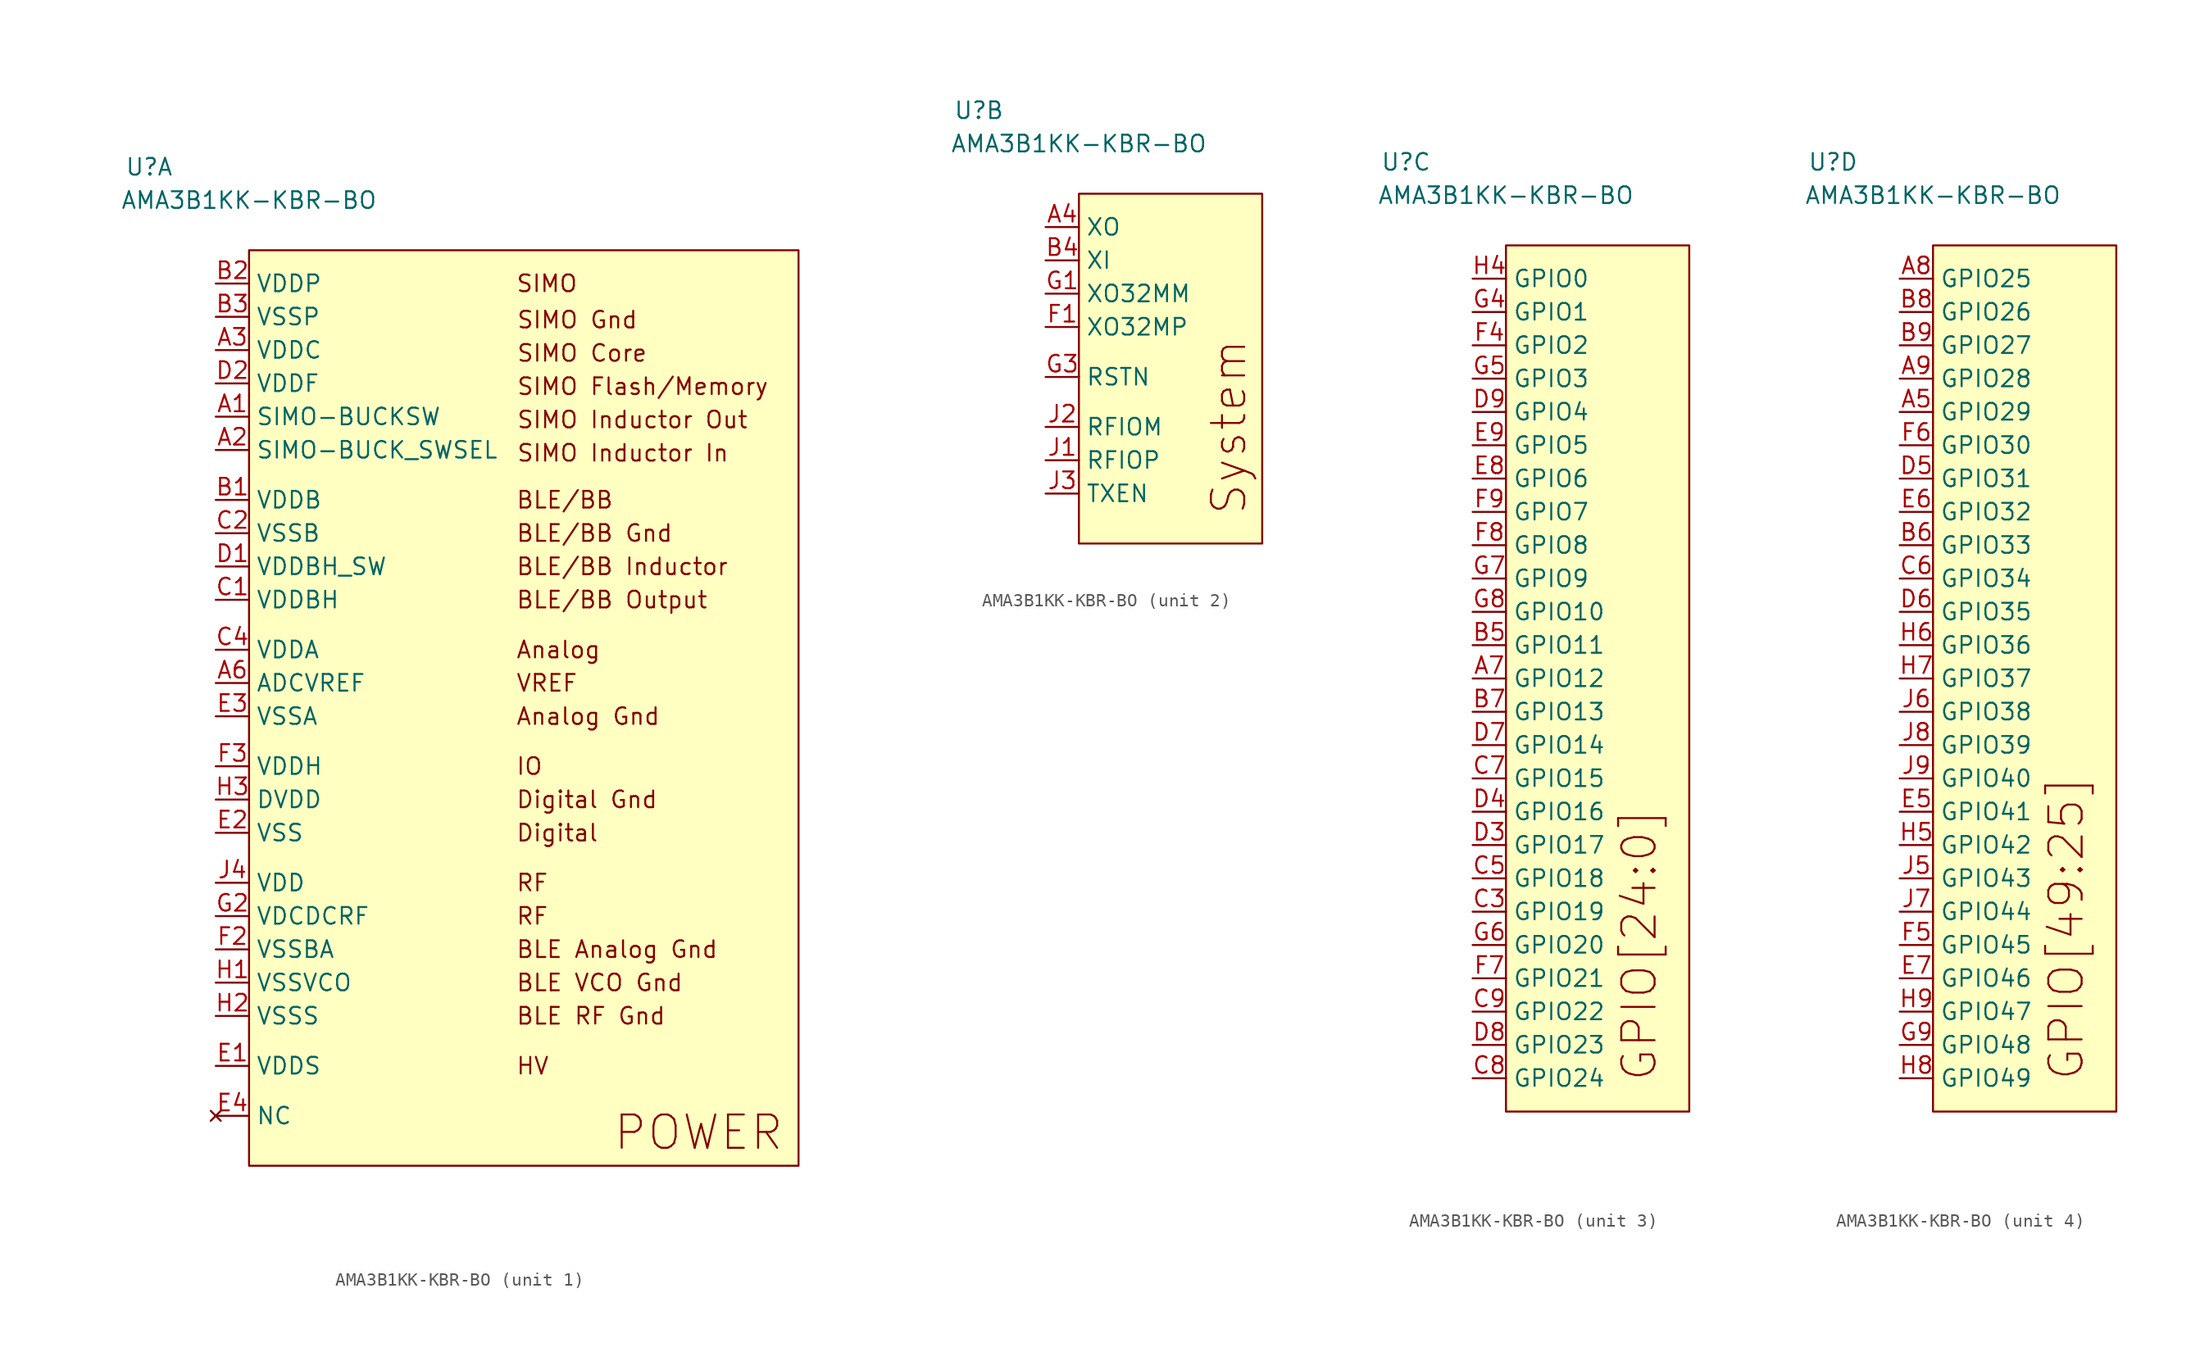
<source format=kicad_sym>
(kicad_symbol_lib
  (version 20220914)
  (generator kicad_symbol_editor)
  (symbol "AMA3B1KK-KBR-BO"
    (property "Reference" "U"
      (at -7.62 6.35 0)
      (effects (font (size 1.27 1.27))))
    (property "Value" "AMA3B1KK-KBR-BO"
      (at 0 3.81 0)
      (effects (font (size 1.27 1.27))))
    (property "ki_locked" ""
      (at 0 0 0)
      (effects (font (size 1.27 1.27))))
    (symbol "AMA3B1KK-KBR-BO_1_1"
      (rectangle (start 0 0) (end 41.91 -69.85) (stroke (width 0) (type default)) (fill (type background)))
      (text "Analog" (at 20.32 -30.48 0) (effects (font (size 1.27 1.27)) (justify left)))
      (text "Analog Gnd" (at 20.32 -35.56 0) (effects (font (size 1.27 1.27)) (justify left)))
      (text "BLE Analog Gnd" (at 20.32 -53.34 0) (effects (font (size 1.27 1.27)) (justify left)))
      (text "BLE RF Gnd" (at 20.32 -58.42 0) (effects (font (size 1.27 1.27)) (justify left)))
      (text "BLE VCO Gnd" (at 20.32 -55.88 0) (effects (font (size 1.27 1.27)) (justify left)))
      (text "BLE/BB" (at 20.32 -19.05 0) (effects (font (size 1.27 1.27)) (justify left)))
      (text "BLE/BB Gnd" (at 20.32 -21.59 0) (effects (font (size 1.27 1.27)) (justify left)))
      (text "BLE/BB Inductor" (at 20.32 -24.13 0) (effects (font (size 1.27 1.27)) (justify left)))
      (text "BLE/BB Output" (at 20.32 -26.67 0) (effects (font (size 1.27 1.27)) (justify left)))
      (text "Digital" (at 20.32 -44.45 0) (effects (font (size 1.27 1.27)) (justify left)))
      (text "Digital Gnd" (at 20.32 -41.91 0) (effects (font (size 1.27 1.27)) (justify left)))
      (text "HV" (at 20.32 -62.23 0) (effects (font (size 1.27 1.27)) (justify left)))
      (text "IO" (at 20.32 -39.37 0) (effects (font (size 1.27 1.27)) (justify left)))
      (text "POWER" (at 34.29 -67.31 0) (effects (font (size 2.54 2.54))))
      (text "RF" (at 20.32 -50.8 0) (effects (font (size 1.27 1.27)) (justify left)))
      (text "RF" (at 20.32 -48.26 0) (effects (font (size 1.27 1.27)) (justify left)))
      (text "SIMO" (at 20.32 -2.54 0) (effects (font (size 1.27 1.27)) (justify left)))
      (text "SIMO Core" (at 20.369 -7.85 0) (effects (font (size 1.27 1.27)) (justify left)))
      (text "SIMO Flash/Memory" (at 20.369 -10.39 0) (effects (font (size 1.27 1.27)) (justify left)))
      (text "SIMO Gnd" (at 20.369 -5.31 0) (effects (font (size 1.27 1.27)) (justify left)))
      (text "SIMO Inductor In" (at 20.369 -15.47 0) (effects (font (size 1.27 1.27)) (justify left)))
      (text "SIMO Inductor Out" (at 20.369 -12.93 0) (effects (font (size 1.27 1.27)) (justify left)))
      (text "VREF" (at 20.32 -33.02 0) (effects (font (size 1.27 1.27)) (justify left)))
      (pin bidirectional line (at -2.54 -12.7 0) (length 2.54) (name "SIMO-BUCKSW" (effects (font (size 1.27 1.27)))) (number "A1" (effects (font (size 1.27 1.27)))))
      (pin bidirectional line (at -2.54 -15.24 0) (length 2.54) (name "SIMO-BUCK_SWSEL" (effects (font (size 1.27 1.27)))) (number "A2" (effects (font (size 1.27 1.27)))))
      (pin power_out line (at -2.54 -7.62 0) (length 2.54) (name "VDDC" (effects (font (size 1.27 1.27)))) (number "A3" (effects (font (size 1.27 1.27)))))
      (pin input line (at -2.54 -33.02 0) (length 2.54) (name "ADCVREF" (effects (font (size 1.27 1.27)))) (number "A6" (effects (font (size 1.27 1.27)))))
      (pin power_in line (at -2.54 -19.05 0) (length 2.54) (name "VDDB" (effects (font (size 1.27 1.27)))) (number "B1" (effects (font (size 1.27 1.27)))))
      (pin power_in line (at -2.54 -2.54 0) (length 2.54) (name "VDDP" (effects (font (size 1.27 1.27)))) (number "B2" (effects (font (size 1.27 1.27)))))
      (pin passive line (at -2.54 -5.08 0) (length 2.54) (name "VSSP" (effects (font (size 1.27 1.27)))) (number "B3" (effects (font (size 1.27 1.27)))))
      (pin power_out line (at -2.54 -26.67 0) (length 2.54) (name "VDDBH" (effects (font (size 1.27 1.27)))) (number "C1" (effects (font (size 1.27 1.27)))))
      (pin passive line (at -2.54 -21.59 0) (length 2.54) (name "VSSB" (effects (font (size 1.27 1.27)))) (number "C2" (effects (font (size 1.27 1.27)))))
      (pin power_in line (at -2.54 -30.48 0) (length 2.54) (name "VDDA" (effects (font (size 1.27 1.27)))) (number "C4" (effects (font (size 1.27 1.27)))))
      (pin bidirectional line (at -2.54 -24.13 0) (length 2.54) (name "VDDBH_SW" (effects (font (size 1.27 1.27)))) (number "D1" (effects (font (size 1.27 1.27)))))
      (pin power_out line (at -2.54 -10.16 0) (length 2.54) (name "VDDF" (effects (font (size 1.27 1.27)))) (number "D2" (effects (font (size 1.27 1.27)))))
      (pin power_in line (at -2.54 -62.23 0) (length 2.54) (name "VDDS" (effects (font (size 1.27 1.27)))) (number "E1" (effects (font (size 1.27 1.27)))))
      (pin passive line (at -2.54 -44.45 0) (length 2.54) (name "VSS" (effects (font (size 1.27 1.27)))) (number "E2" (effects (font (size 1.27 1.27)))))
      (pin passive line (at -2.54 -35.56 0) (length 2.54) (name "VSSA" (effects (font (size 1.27 1.27)))) (number "E3" (effects (font (size 1.27 1.27)))))
      (pin no_connect line (at -2.54 -66.04 0) (length 2.54) (name "NC" (effects (font (size 1.27 1.27)))) (number "E4" (effects (font (size 1.27 1.27)))))
      (pin passive line (at -2.54 -53.34 0) (length 2.54) (name "VSSBA" (effects (font (size 1.27 1.27)))) (number "F2" (effects (font (size 1.27 1.27)))))
      (pin power_in line (at -2.54 -39.37 0) (length 2.54) (name "VDDH" (effects (font (size 1.27 1.27)))) (number "F3" (effects (font (size 1.27 1.27)))))
      (pin power_in line (at -2.54 -50.8 0) (length 2.54) (name "VDCDCRF" (effects (font (size 1.27 1.27)))) (number "G2" (effects (font (size 1.27 1.27)))))
      (pin passive line (at -2.54 -55.88 0) (length 2.54) (name "VSSVCO" (effects (font (size 1.27 1.27)))) (number "H1" (effects (font (size 1.27 1.27)))))
      (pin passive line (at -2.54 -58.42 0) (length 2.54) (name "VSSS" (effects (font (size 1.27 1.27)))) (number "H2" (effects (font (size 1.27 1.27)))))
      (pin passive line (at -2.54 -41.91 0) (length 2.54) (name "DVDD" (effects (font (size 1.27 1.27)))) (number "H3" (effects (font (size 1.27 1.27)))))
      (pin power_in line (at -2.54 -48.26 0) (length 2.54) (name "VDD" (effects (font (size 1.27 1.27)))) (number "J4" (effects (font (size 1.27 1.27))))))
    (symbol "AMA3B1KK-KBR-BO_2_1"
      (rectangle (start 0 0) (end 13.97 -26.67) (stroke (width 0) (type default)) (fill (type background)))
      (text "System" (at 11.43 -17.78 900) (effects (font (size 2.54 2.54))))
      (pin bidirectional line (at -2.54 -2.54 0) (length 2.54) (name "XO" (effects (font (size 1.27 1.27)))) (number "A4" (effects (font (size 1.27 1.27)))))
      (pin bidirectional line (at -2.54 -5.08 0) (length 2.54) (name "XI" (effects (font (size 1.27 1.27)))) (number "B4" (effects (font (size 1.27 1.27)))))
      (pin bidirectional line (at -2.54 -10.16 0) (length 2.54) (name "XO32MP" (effects (font (size 1.27 1.27)))) (number "F1" (effects (font (size 1.27 1.27)))))
      (pin bidirectional line (at -2.54 -7.62 0) (length 2.54) (name "XO32MM" (effects (font (size 1.27 1.27)))) (number "G1" (effects (font (size 1.27 1.27)))))
      (pin input line (at -2.54 -13.97 0) (length 2.54) (name "RSTN" (effects (font (size 1.27 1.27)))) (number "G3" (effects (font (size 1.27 1.27)))))
      (pin bidirectional line (at -2.54 -20.32 0) (length 2.54) (name "RFIOP" (effects (font (size 1.27 1.27)))) (number "J1" (effects (font (size 1.27 1.27)))))
      (pin bidirectional line (at -2.54 -17.78 0) (length 2.54) (name "RFIOM" (effects (font (size 1.27 1.27)))) (number "J2" (effects (font (size 1.27 1.27)))))
      (pin input line (at -2.54 -22.86 0) (length 2.54) (name "TXEN" (effects (font (size 1.27 1.27)))) (number "J3" (effects (font (size 1.27 1.27))))))
    (symbol "AMA3B1KK-KBR-BO_3_1"
      (rectangle (start 0 0) (end 13.97 -66.04) (stroke (width 0) (type default)) (fill (type background)))
      (text "GPIO[24:0]" (at 10.16 -53.34 900) (effects (font (size 2.54 2.54))))
      (pin bidirectional line (at -2.54 -33.02 0) (length 2.54) (name "GPIO12" (effects (font (size 1.27 1.27)))) (number "A7" (effects (font (size 1.27 1.27)))))
      (pin bidirectional line (at -2.54 -30.48 0) (length 2.54) (name "GPIO11" (effects (font (size 1.27 1.27)))) (number "B5" (effects (font (size 1.27 1.27)))))
      (pin bidirectional line (at -2.54 -35.56 0) (length 2.54) (name "GPIO13" (effects (font (size 1.27 1.27)))) (number "B7" (effects (font (size 1.27 1.27)))))
      (pin bidirectional line (at -2.54 -50.8 0) (length 2.54) (name "GPIO19" (effects (font (size 1.27 1.27)))) (number "C3" (effects (font (size 1.27 1.27)))))
      (pin bidirectional line (at -2.54 -48.26 0) (length 2.54) (name "GPIO18" (effects (font (size 1.27 1.27)))) (number "C5" (effects (font (size 1.27 1.27)))))
      (pin bidirectional line (at -2.54 -40.64 0) (length 2.54) (name "GPIO15" (effects (font (size 1.27 1.27)))) (number "C7" (effects (font (size 1.27 1.27)))))
      (pin bidirectional line (at -2.54 -63.5 0) (length 2.54) (name "GPIO24" (effects (font (size 1.27 1.27)))) (number "C8" (effects (font (size 1.27 1.27)))))
      (pin bidirectional line (at -2.54 -58.42 0) (length 2.54) (name "GPIO22" (effects (font (size 1.27 1.27)))) (number "C9" (effects (font (size 1.27 1.27)))))
      (pin bidirectional line (at -2.54 -45.72 0) (length 2.54) (name "GPIO17" (effects (font (size 1.27 1.27)))) (number "D3" (effects (font (size 1.27 1.27)))))
      (pin bidirectional line (at -2.54 -43.18 0) (length 2.54) (name "GPIO16" (effects (font (size 1.27 1.27)))) (number "D4" (effects (font (size 1.27 1.27)))))
      (pin bidirectional line (at -2.54 -38.1 0) (length 2.54) (name "GPIO14" (effects (font (size 1.27 1.27)))) (number "D7" (effects (font (size 1.27 1.27)))))
      (pin bidirectional line (at -2.54 -60.96 0) (length 2.54) (name "GPIO23" (effects (font (size 1.27 1.27)))) (number "D8" (effects (font (size 1.27 1.27)))))
      (pin bidirectional line (at -2.54 -12.7 0) (length 2.54) (name "GPIO4" (effects (font (size 1.27 1.27)))) (number "D9" (effects (font (size 1.27 1.27)))))
      (pin bidirectional line (at -2.54 -17.78 0) (length 2.54) (name "GPIO6" (effects (font (size 1.27 1.27)))) (number "E8" (effects (font (size 1.27 1.27)))))
      (pin bidirectional line (at -2.54 -15.24 0) (length 2.54) (name "GPIO5" (effects (font (size 1.27 1.27)))) (number "E9" (effects (font (size 1.27 1.27)))))
      (pin bidirectional line (at -2.54 -7.62 0) (length 2.54) (name "GPIO2" (effects (font (size 1.27 1.27)))) (number "F4" (effects (font (size 1.27 1.27)))))
      (pin bidirectional line (at -2.54 -55.88 0) (length 2.54) (name "GPIO21" (effects (font (size 1.27 1.27)))) (number "F7" (effects (font (size 1.27 1.27)))))
      (pin bidirectional line (at -2.54 -22.86 0) (length 2.54) (name "GPIO8" (effects (font (size 1.27 1.27)))) (number "F8" (effects (font (size 1.27 1.27)))))
      (pin bidirectional line (at -2.54 -20.32 0) (length 2.54) (name "GPIO7" (effects (font (size 1.27 1.27)))) (number "F9" (effects (font (size 1.27 1.27)))))
      (pin bidirectional line (at -2.54 -5.08 0) (length 2.54) (name "GPIO1" (effects (font (size 1.27 1.27)))) (number "G4" (effects (font (size 1.27 1.27)))))
      (pin bidirectional line (at -2.54 -10.16 0) (length 2.54) (name "GPIO3" (effects (font (size 1.27 1.27)))) (number "G5" (effects (font (size 1.27 1.27)))))
      (pin bidirectional line (at -2.54 -53.34 0) (length 2.54) (name "GPIO20" (effects (font (size 1.27 1.27)))) (number "G6" (effects (font (size 1.27 1.27)))))
      (pin bidirectional line (at -2.54 -25.4 0) (length 2.54) (name "GPIO9" (effects (font (size 1.27 1.27)))) (number "G7" (effects (font (size 1.27 1.27)))))
      (pin bidirectional line (at -2.54 -27.94 0) (length 2.54) (name "GPIO10" (effects (font (size 1.27 1.27)))) (number "G8" (effects (font (size 1.27 1.27)))))
      (pin bidirectional line (at -2.54 -2.54 0) (length 2.54) (name "GPIO0" (effects (font (size 1.27 1.27)))) (number "H4" (effects (font (size 1.27 1.27))))))
    (symbol "AMA3B1KK-KBR-BO_4_1"
      (rectangle (start 0 0) (end 13.97 -66.04) (stroke (width 0) (type default)) (fill (type background)))
      (text "GPIO[49:25]" (at 10.16 -52.07 900) (effects (font (size 2.54 2.54))))
      (pin bidirectional line (at -2.54 -12.7 0) (length 2.54) (name "GPIO29" (effects (font (size 1.27 1.27)))) (number "A5" (effects (font (size 1.27 1.27)))))
      (pin bidirectional line (at -2.54 -2.54 0) (length 2.54) (name "GPIO25" (effects (font (size 1.27 1.27)))) (number "A8" (effects (font (size 1.27 1.27)))))
      (pin bidirectional line (at -2.54 -10.16 0) (length 2.54) (name "GPIO28" (effects (font (size 1.27 1.27)))) (number "A9" (effects (font (size 1.27 1.27)))))
      (pin bidirectional line (at -2.54 -22.86 0) (length 2.54) (name "GPIO33" (effects (font (size 1.27 1.27)))) (number "B6" (effects (font (size 1.27 1.27)))))
      (pin bidirectional line (at -2.54 -5.08 0) (length 2.54) (name "GPIO26" (effects (font (size 1.27 1.27)))) (number "B8" (effects (font (size 1.27 1.27)))))
      (pin bidirectional line (at -2.54 -7.62 0) (length 2.54) (name "GPIO27" (effects (font (size 1.27 1.27)))) (number "B9" (effects (font (size 1.27 1.27)))))
      (pin bidirectional line (at -2.54 -25.4 0) (length 2.54) (name "GPIO34" (effects (font (size 1.27 1.27)))) (number "C6" (effects (font (size 1.27 1.27)))))
      (pin bidirectional line (at -2.54 -17.78 0) (length 2.54) (name "GPIO31" (effects (font (size 1.27 1.27)))) (number "D5" (effects (font (size 1.27 1.27)))))
      (pin bidirectional line (at -2.54 -27.94 0) (length 2.54) (name "GPIO35" (effects (font (size 1.27 1.27)))) (number "D6" (effects (font (size 1.27 1.27)))))
      (pin bidirectional line (at -2.54 -43.18 0) (length 2.54) (name "GPIO41" (effects (font (size 1.27 1.27)))) (number "E5" (effects (font (size 1.27 1.27)))))
      (pin bidirectional line (at -2.54 -20.32 0) (length 2.54) (name "GPIO32" (effects (font (size 1.27 1.27)))) (number "E6" (effects (font (size 1.27 1.27)))))
      (pin bidirectional line (at -2.54 -55.88 0) (length 2.54) (name "GPIO46" (effects (font (size 1.27 1.27)))) (number "E7" (effects (font (size 1.27 1.27)))))
      (pin bidirectional line (at -2.54 -53.34 0) (length 2.54) (name "GPIO45" (effects (font (size 1.27 1.27)))) (number "F5" (effects (font (size 1.27 1.27)))))
      (pin bidirectional line (at -2.54 -15.24 0) (length 2.54) (name "GPIO30" (effects (font (size 1.27 1.27)))) (number "F6" (effects (font (size 1.27 1.27)))))
      (pin bidirectional line (at -2.54 -60.96 0) (length 2.54) (name "GPIO48" (effects (font (size 1.27 1.27)))) (number "G9" (effects (font (size 1.27 1.27)))))
      (pin bidirectional line (at -2.54 -45.72 0) (length 2.54) (name "GPIO42" (effects (font (size 1.27 1.27)))) (number "H5" (effects (font (size 1.27 1.27)))))
      (pin bidirectional line (at -2.54 -30.48 0) (length 2.54) (name "GPIO36" (effects (font (size 1.27 1.27)))) (number "H6" (effects (font (size 1.27 1.27)))))
      (pin bidirectional line (at -2.54 -33.02 0) (length 2.54) (name "GPIO37" (effects (font (size 1.27 1.27)))) (number "H7" (effects (font (size 1.27 1.27)))))
      (pin bidirectional line (at -2.54 -63.5 0) (length 2.54) (name "GPIO49" (effects (font (size 1.27 1.27)))) (number "H8" (effects (font (size 1.27 1.27)))))
      (pin bidirectional line (at -2.54 -58.42 0) (length 2.54) (name "GPIO47" (effects (font (size 1.27 1.27)))) (number "H9" (effects (font (size 1.27 1.27)))))
      (pin bidirectional line (at -2.54 -48.26 0) (length 2.54) (name "GPIO43" (effects (font (size 1.27 1.27)))) (number "J5" (effects (font (size 1.27 1.27)))))
      (pin bidirectional line (at -2.54 -35.56 0) (length 2.54) (name "GPIO38" (effects (font (size 1.27 1.27)))) (number "J6" (effects (font (size 1.27 1.27)))))
      (pin bidirectional line (at -2.54 -50.8 0) (length 2.54) (name "GPIO44" (effects (font (size 1.27 1.27)))) (number "J7" (effects (font (size 1.27 1.27)))))
      (pin bidirectional line (at -2.54 -38.1 0) (length 2.54) (name "GPIO39" (effects (font (size 1.27 1.27)))) (number "J8" (effects (font (size 1.27 1.27)))))
      (pin bidirectional line (at -2.54 -40.64 0) (length 2.54) (name "GPIO40" (effects (font (size 1.27 1.27)))) (number "J9" (effects (font (size 1.27 1.27))))))))
</source>
